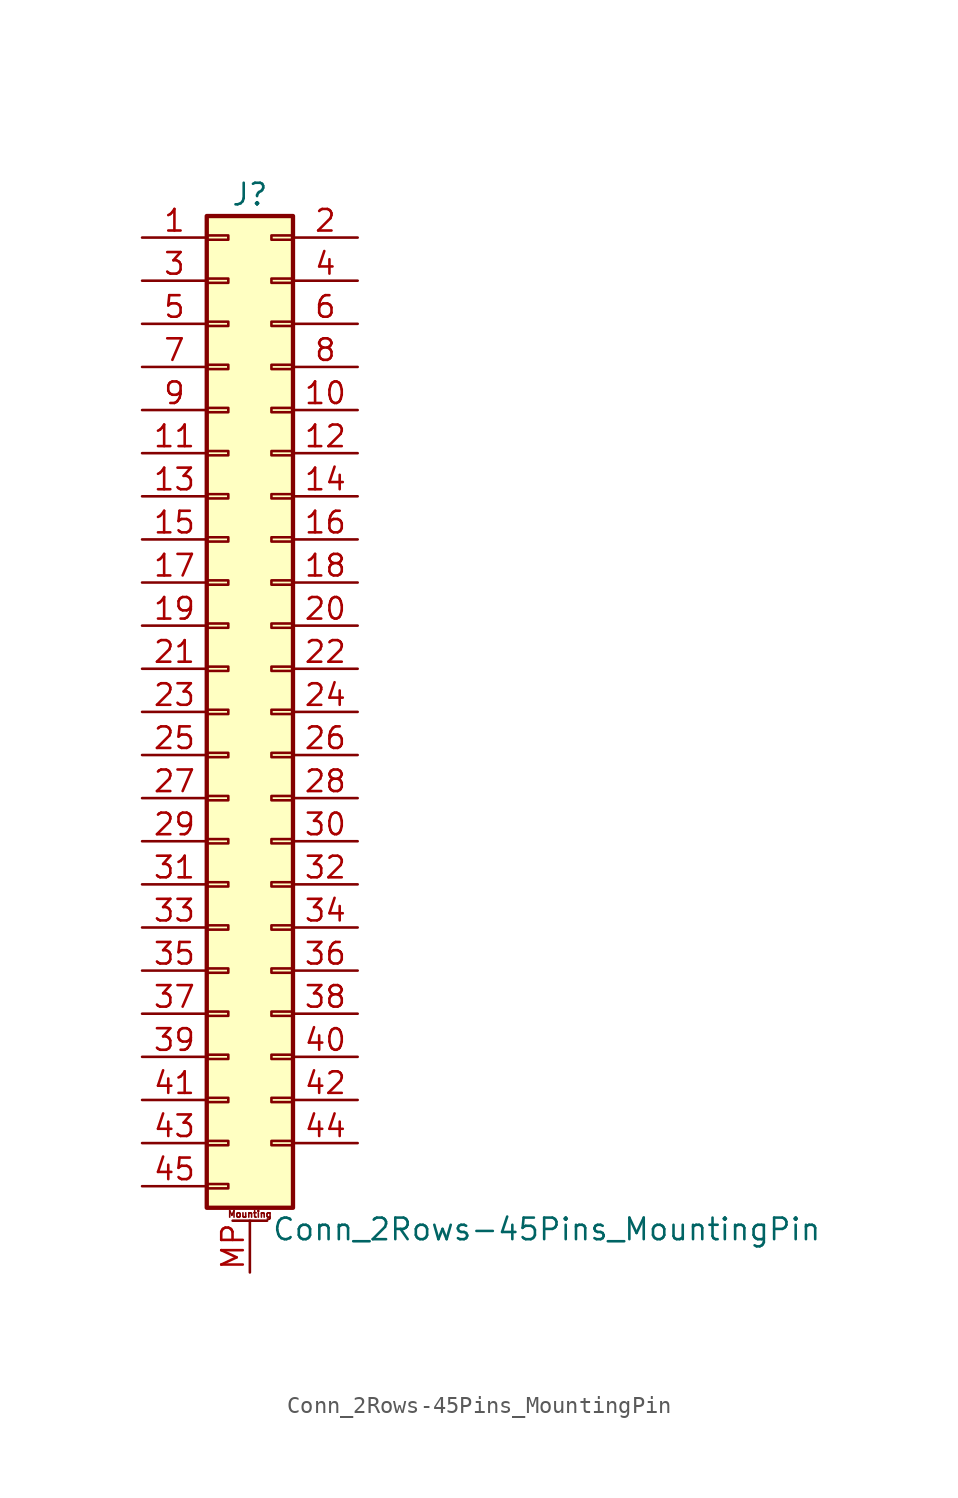
<source format=kicad_sym>
(kicad_symbol_lib
  (version 20201005)
  (generator kicad_symbol_editor)
  (symbol "Conn_2Rows-45Pins_MountingPin"
    (pin_names
      (offset 1.016) hide)
    (property "Reference" "J"
      (at 1.27 30.48 0)
      (effects (font (size 1.27 1.27))))
    (property "Value" "Conn_2Rows-45Pins_MountingPin"
      (at 2.54 -30.48 0)
      (effects (font (size 1.27 1.27)) (justify left)))
    (symbol "Conn_2Rows-45Pins_MountingPin_1_1"
      (text "Mounting" (at 1.27 -29.591 0) (effects (font (size 0.381 0.381))))
      (rectangle (start -1.27 -27.813) (end 0 -28.067) (stroke (width 0.152)) (fill (type none)))
      (rectangle (start -1.27 -25.273) (end 0 -25.527) (stroke (width 0.152)) (fill (type none)))
      (rectangle (start -1.27 -22.733) (end 0 -22.987) (stroke (width 0.152)) (fill (type none)))
      (rectangle (start -1.27 -20.193) (end 0 -20.447) (stroke (width 0.152)) (fill (type none)))
      (rectangle (start -1.27 -17.653) (end 0 -17.907) (stroke (width 0.152)) (fill (type none)))
      (rectangle (start -1.27 -15.113) (end 0 -15.367) (stroke (width 0.152)) (fill (type none)))
      (rectangle (start -1.27 -12.573) (end 0 -12.827) (stroke (width 0.152)) (fill (type none)))
      (rectangle (start -1.27 -10.033) (end 0 -10.287) (stroke (width 0.152)) (fill (type none)))
      (rectangle (start -1.27 -7.493) (end 0 -7.747) (stroke (width 0.152)) (fill (type none)))
      (rectangle (start -1.27 -4.953) (end 0 -5.207) (stroke (width 0.152)) (fill (type none)))
      (rectangle (start -1.27 -2.413) (end 0 -2.667) (stroke (width 0.152)) (fill (type none)))
      (rectangle (start -1.27 0.127) (end 0 -0.127) (stroke (width 0.152)) (fill (type none)))
      (rectangle (start -1.27 2.667) (end 0 2.413) (stroke (width 0.152)) (fill (type none)))
      (rectangle (start -1.27 5.207) (end 0 4.953) (stroke (width 0.152)) (fill (type none)))
      (rectangle (start -1.27 7.747) (end 0 7.493) (stroke (width 0.152)) (fill (type none)))
      (rectangle (start -1.27 10.287) (end 0 10.033) (stroke (width 0.152)) (fill (type none)))
      (rectangle (start -1.27 12.827) (end 0 12.573) (stroke (width 0.152)) (fill (type none)))
      (rectangle (start -1.27 15.367) (end 0 15.113) (stroke (width 0.152)) (fill (type none)))
      (rectangle (start -1.27 17.907) (end 0 17.653) (stroke (width 0.152)) (fill (type none)))
      (rectangle (start -1.27 20.447) (end 0 20.193) (stroke (width 0.152)) (fill (type none)))
      (rectangle (start -1.27 22.987) (end 0 22.733) (stroke (width 0.152)) (fill (type none)))
      (rectangle (start -1.27 25.527) (end 0 25.273) (stroke (width 0.152)) (fill (type none)))
      (rectangle (start -1.27 28.067) (end 0 27.813) (stroke (width 0.152)) (fill (type none)))
      (rectangle (start 3.81 -25.273) (end 2.54 -25.527) (stroke (width 0.152)) (fill (type none)))
      (rectangle (start 3.81 -22.733) (end 2.54 -22.987) (stroke (width 0.152)) (fill (type none)))
      (rectangle (start 3.81 -20.193) (end 2.54 -20.447) (stroke (width 0.152)) (fill (type none)))
      (rectangle (start 3.81 -17.653) (end 2.54 -17.907) (stroke (width 0.152)) (fill (type none)))
      (rectangle (start 3.81 -15.113) (end 2.54 -15.367) (stroke (width 0.152)) (fill (type none)))
      (rectangle (start 3.81 -12.573) (end 2.54 -12.827) (stroke (width 0.152)) (fill (type none)))
      (rectangle (start 3.81 -10.033) (end 2.54 -10.287) (stroke (width 0.152)) (fill (type none)))
      (rectangle (start 3.81 -7.493) (end 2.54 -7.747) (stroke (width 0.152)) (fill (type none)))
      (rectangle (start 3.81 -4.953) (end 2.54 -5.207) (stroke (width 0.152)) (fill (type none)))
      (rectangle (start 3.81 -2.413) (end 2.54 -2.667) (stroke (width 0.152)) (fill (type none)))
      (rectangle (start 3.81 0.127) (end 2.54 -0.127) (stroke (width 0.152)) (fill (type none)))
      (rectangle (start 3.81 2.667) (end 2.54 2.413) (stroke (width 0.152)) (fill (type none)))
      (rectangle (start 3.81 5.207) (end 2.54 4.953) (stroke (width 0.152)) (fill (type none)))
      (rectangle (start 3.81 7.747) (end 2.54 7.493) (stroke (width 0.152)) (fill (type none)))
      (rectangle (start 3.81 10.287) (end 2.54 10.033) (stroke (width 0.152)) (fill (type none)))
      (rectangle (start 3.81 12.827) (end 2.54 12.573) (stroke (width 0.152)) (fill (type none)))
      (rectangle (start 3.81 15.367) (end 2.54 15.113) (stroke (width 0.152)) (fill (type none)))
      (rectangle (start 3.81 17.907) (end 2.54 17.653) (stroke (width 0.152)) (fill (type none)))
      (rectangle (start 3.81 20.447) (end 2.54 20.193) (stroke (width 0.152)) (fill (type none)))
      (rectangle (start 3.81 22.987) (end 2.54 22.733) (stroke (width 0.152)) (fill (type none)))
      (rectangle (start 3.81 25.527) (end 2.54 25.273) (stroke (width 0.152)) (fill (type none)))
      (rectangle (start 3.81 28.067) (end 2.54 27.813) (stroke (width 0.152)) (fill (type none)))
      (rectangle (start -1.27 29.21) (end 3.81 -29.21) (stroke (width 0.254)) (fill (type background)))
      (polyline (pts (xy 0.254 -29.972) (xy 2.286 -29.972)) (stroke (width 0.152)) (fill (type none)))
      (pin passive line (at -5.08 27.94 0) (length 3.81) (name "Pin_1" (effects (font (size 1.27 1.27)))) (number "1" (effects (font (size 1.27 1.27)))))
      (pin passive line (at 7.62 17.78 180) (length 3.81) (name "Pin_10" (effects (font (size 1.27 1.27)))) (number "10" (effects (font (size 1.27 1.27)))))
      (pin passive line (at -5.08 15.24 0) (length 3.81) (name "Pin_11" (effects (font (size 1.27 1.27)))) (number "11" (effects (font (size 1.27 1.27)))))
      (pin passive line (at 7.62 15.24 180) (length 3.81) (name "Pin_12" (effects (font (size 1.27 1.27)))) (number "12" (effects (font (size 1.27 1.27)))))
      (pin passive line (at -5.08 12.7 0) (length 3.81) (name "Pin_13" (effects (font (size 1.27 1.27)))) (number "13" (effects (font (size 1.27 1.27)))))
      (pin passive line (at 7.62 12.7 180) (length 3.81) (name "Pin_14" (effects (font (size 1.27 1.27)))) (number "14" (effects (font (size 1.27 1.27)))))
      (pin passive line (at -5.08 10.16 0) (length 3.81) (name "Pin_15" (effects (font (size 1.27 1.27)))) (number "15" (effects (font (size 1.27 1.27)))))
      (pin passive line (at 7.62 10.16 180) (length 3.81) (name "Pin_16" (effects (font (size 1.27 1.27)))) (number "16" (effects (font (size 1.27 1.27)))))
      (pin passive line (at -5.08 7.62 0) (length 3.81) (name "Pin_17" (effects (font (size 1.27 1.27)))) (number "17" (effects (font (size 1.27 1.27)))))
      (pin passive line (at 7.62 7.62 180) (length 3.81) (name "Pin_18" (effects (font (size 1.27 1.27)))) (number "18" (effects (font (size 1.27 1.27)))))
      (pin passive line (at -5.08 5.08 0) (length 3.81) (name "Pin_19" (effects (font (size 1.27 1.27)))) (number "19" (effects (font (size 1.27 1.27)))))
      (pin passive line (at 7.62 27.94 180) (length 3.81) (name "Pin_2" (effects (font (size 1.27 1.27)))) (number "2" (effects (font (size 1.27 1.27)))))
      (pin passive line (at 7.62 5.08 180) (length 3.81) (name "Pin_20" (effects (font (size 1.27 1.27)))) (number "20" (effects (font (size 1.27 1.27)))))
      (pin passive line (at -5.08 2.54 0) (length 3.81) (name "Pin_21" (effects (font (size 1.27 1.27)))) (number "21" (effects (font (size 1.27 1.27)))))
      (pin passive line (at 7.62 2.54 180) (length 3.81) (name "Pin_22" (effects (font (size 1.27 1.27)))) (number "22" (effects (font (size 1.27 1.27)))))
      (pin passive line (at -5.08 0 0) (length 3.81) (name "Pin_23" (effects (font (size 1.27 1.27)))) (number "23" (effects (font (size 1.27 1.27)))))
      (pin passive line (at 7.62 0 180) (length 3.81) (name "Pin_24" (effects (font (size 1.27 1.27)))) (number "24" (effects (font (size 1.27 1.27)))))
      (pin passive line (at -5.08 -2.54 0) (length 3.81) (name "Pin_25" (effects (font (size 1.27 1.27)))) (number "25" (effects (font (size 1.27 1.27)))))
      (pin passive line (at 7.62 -2.54 180) (length 3.81) (name "Pin_26" (effects (font (size 1.27 1.27)))) (number "26" (effects (font (size 1.27 1.27)))))
      (pin passive line (at -5.08 -5.08 0) (length 3.81) (name "Pin_27" (effects (font (size 1.27 1.27)))) (number "27" (effects (font (size 1.27 1.27)))))
      (pin passive line (at 7.62 -5.08 180) (length 3.81) (name "Pin_28" (effects (font (size 1.27 1.27)))) (number "28" (effects (font (size 1.27 1.27)))))
      (pin passive line (at -5.08 -7.62 0) (length 3.81) (name "Pin_29" (effects (font (size 1.27 1.27)))) (number "29" (effects (font (size 1.27 1.27)))))
      (pin passive line (at -5.08 25.4 0) (length 3.81) (name "Pin_3" (effects (font (size 1.27 1.27)))) (number "3" (effects (font (size 1.27 1.27)))))
      (pin passive line (at 7.62 -7.62 180) (length 3.81) (name "Pin_30" (effects (font (size 1.27 1.27)))) (number "30" (effects (font (size 1.27 1.27)))))
      (pin passive line (at -5.08 -10.16 0) (length 3.81) (name "Pin_31" (effects (font (size 1.27 1.27)))) (number "31" (effects (font (size 1.27 1.27)))))
      (pin passive line (at 7.62 -10.16 180) (length 3.81) (name "Pin_32" (effects (font (size 1.27 1.27)))) (number "32" (effects (font (size 1.27 1.27)))))
      (pin passive line (at -5.08 -12.7 0) (length 3.81) (name "Pin_33" (effects (font (size 1.27 1.27)))) (number "33" (effects (font (size 1.27 1.27)))))
      (pin passive line (at 7.62 -12.7 180) (length 3.81) (name "Pin_34" (effects (font (size 1.27 1.27)))) (number "34" (effects (font (size 1.27 1.27)))))
      (pin passive line (at -5.08 -15.24 0) (length 3.81) (name "Pin_35" (effects (font (size 1.27 1.27)))) (number "35" (effects (font (size 1.27 1.27)))))
      (pin passive line (at 7.62 -15.24 180) (length 3.81) (name "Pin_36" (effects (font (size 1.27 1.27)))) (number "36" (effects (font (size 1.27 1.27)))))
      (pin passive line (at -5.08 -17.78 0) (length 3.81) (name "Pin_37" (effects (font (size 1.27 1.27)))) (number "37" (effects (font (size 1.27 1.27)))))
      (pin passive line (at 7.62 -17.78 180) (length 3.81) (name "Pin_38" (effects (font (size 1.27 1.27)))) (number "38" (effects (font (size 1.27 1.27)))))
      (pin passive line (at -5.08 -20.32 0) (length 3.81) (name "Pin_39" (effects (font (size 1.27 1.27)))) (number "39" (effects (font (size 1.27 1.27)))))
      (pin passive line (at 7.62 25.4 180) (length 3.81) (name "Pin_4" (effects (font (size 1.27 1.27)))) (number "4" (effects (font (size 1.27 1.27)))))
      (pin passive line (at 7.62 -20.32 180) (length 3.81) (name "Pin_40" (effects (font (size 1.27 1.27)))) (number "40" (effects (font (size 1.27 1.27)))))
      (pin passive line (at -5.08 -22.86 0) (length 3.81) (name "Pin_41" (effects (font (size 1.27 1.27)))) (number "41" (effects (font (size 1.27 1.27)))))
      (pin passive line (at 7.62 -22.86 180) (length 3.81) (name "Pin_42" (effects (font (size 1.27 1.27)))) (number "42" (effects (font (size 1.27 1.27)))))
      (pin passive line (at -5.08 -25.4 0) (length 3.81) (name "Pin_43" (effects (font (size 1.27 1.27)))) (number "43" (effects (font (size 1.27 1.27)))))
      (pin passive line (at 7.62 -25.4 180) (length 3.81) (name "Pin_44" (effects (font (size 1.27 1.27)))) (number "44" (effects (font (size 1.27 1.27)))))
      (pin passive line (at -5.08 -27.94 0) (length 3.81) (name "Pin_45" (effects (font (size 1.27 1.27)))) (number "45" (effects (font (size 1.27 1.27)))))
      (pin passive line (at -5.08 22.86 0) (length 3.81) (name "Pin_5" (effects (font (size 1.27 1.27)))) (number "5" (effects (font (size 1.27 1.27)))))
      (pin passive line (at 7.62 22.86 180) (length 3.81) (name "Pin_6" (effects (font (size 1.27 1.27)))) (number "6" (effects (font (size 1.27 1.27)))))
      (pin passive line (at -5.08 20.32 0) (length 3.81) (name "Pin_7" (effects (font (size 1.27 1.27)))) (number "7" (effects (font (size 1.27 1.27)))))
      (pin passive line (at 7.62 20.32 180) (length 3.81) (name "Pin_8" (effects (font (size 1.27 1.27)))) (number "8" (effects (font (size 1.27 1.27)))))
      (pin passive line (at -5.08 17.78 0) (length 3.81) (name "Pin_9" (effects (font (size 1.27 1.27)))) (number "9" (effects (font (size 1.27 1.27)))))
      (pin passive line (at 1.27 -33.02 90) (length 3.048) (name "MountPin" (effects (font (size 1.27 1.27)))) (number "MP" (effects (font (size 1.27 1.27))))))))
</source>
